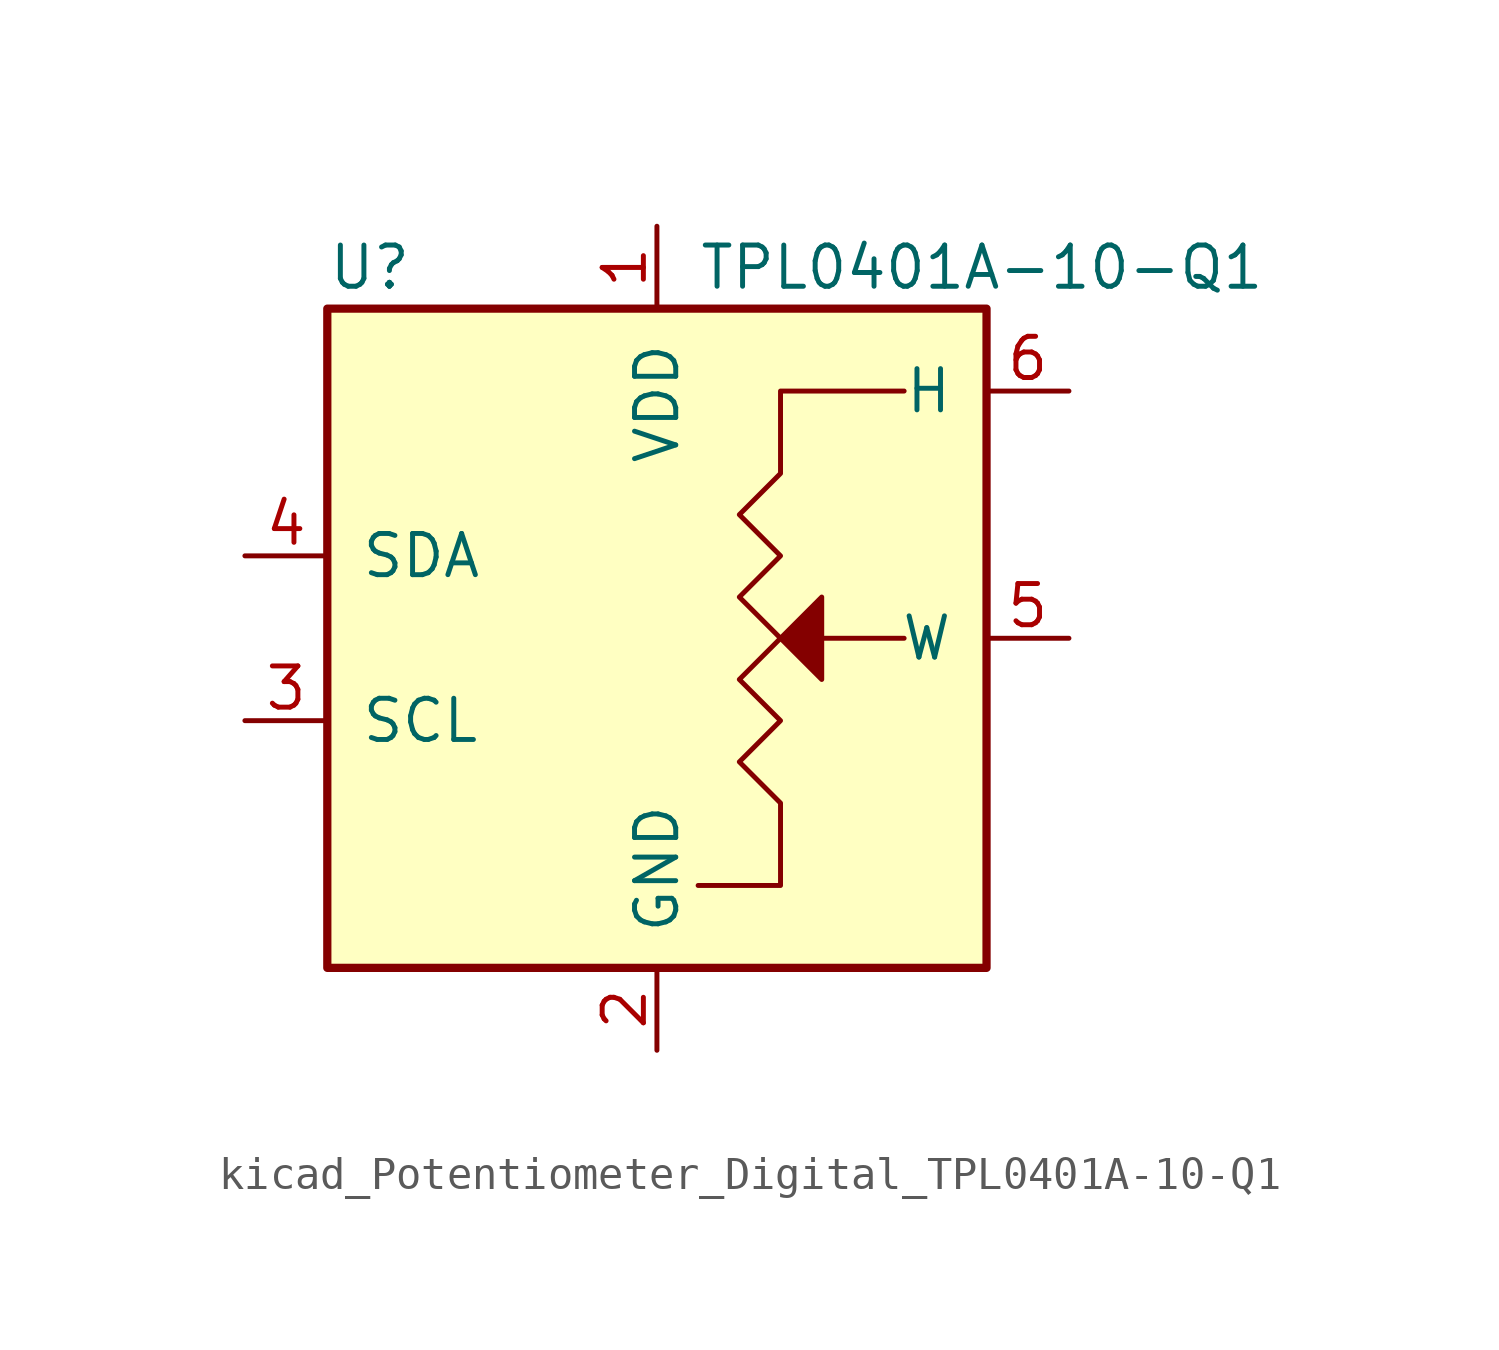
<source format=kicad_sym>
(kicad_symbol_lib
  (version 20220914)
  (generator kicad_symbol_editor)
  (symbol "kicad_Potentiometer_Digital_TPL0401A-10-Q1"
    (pin_names
      (offset 1.016))
    (property "Reference" "U"
      (at -10.16 11.43 0)
      (effects (font (size 1.27 1.27)) (justify left)))
    (property "Value" "TPL0401A-10-Q1"
      (at 1.27 11.43 0)
      (effects (font (size 1.27 1.27)) (justify left)))
    (symbol "kicad_Potentiometer_Digital_TPL0401A-10-Q1_0_1"
      (polyline (pts (xy 7.62 0) (xy 5.08 0)) (stroke (width 0) (type default)) (fill (type none)))
      (polyline (pts (xy 5.08 -1.27) (xy 5.08 1.27) (xy 3.81 0) (xy 5.08 -1.27) (xy 5.08 -1.27)) (stroke (width 0) (type default)) (fill (type outline)))
      (polyline (pts (xy 7.62 7.62) (xy 3.81 7.62) (xy 3.81 5.08) (xy 2.54 3.81) (xy 3.81 2.54) (xy 2.54 1.27) (xy 3.81 0) (xy 2.54 -1.27) (xy 3.81 -2.54) (xy 2.54 -3.81) (xy 3.81 -5.08) (xy 3.81 -7.62) (xy 1.27 -7.62)) (stroke (width 0) (type default)) (fill (type none))))
    (symbol "kicad_Potentiometer_Digital_TPL0401A-10-Q1_1_1"
      (rectangle (start -10.16 10.16) (end 10.16 -10.16) (stroke (width 0.254) (type default)) (fill (type background)))
      (pin power_in line (at 0 12.7 270) (length 2.54) (name "VDD" (effects (font (size 1.27 1.27)))) (number "1" (effects (font (size 1.27 1.27)))))
      (pin power_in line (at 0 -12.7 90) (length 2.54) (name "GND" (effects (font (size 1.27 1.27)))) (number "2" (effects (font (size 1.27 1.27)))))
      (pin input line (at -12.7 -2.54 0) (length 2.54) (name "SCL" (effects (font (size 1.27 1.27)))) (number "3" (effects (font (size 1.27 1.27)))))
      (pin bidirectional line (at -12.7 2.54 0) (length 2.54) (name "SDA" (effects (font (size 1.27 1.27)))) (number "4" (effects (font (size 1.27 1.27)))))
      (pin passive line (at 12.7 0 180) (length 2.54) (name "W" (effects (font (size 1.27 1.27)))) (number "5" (effects (font (size 1.27 1.27)))))
      (pin passive line (at 12.7 7.62 180) (length 2.54) (name "H" (effects (font (size 1.27 1.27)))) (number "6" (effects (font (size 1.27 1.27))))))))
</source>
